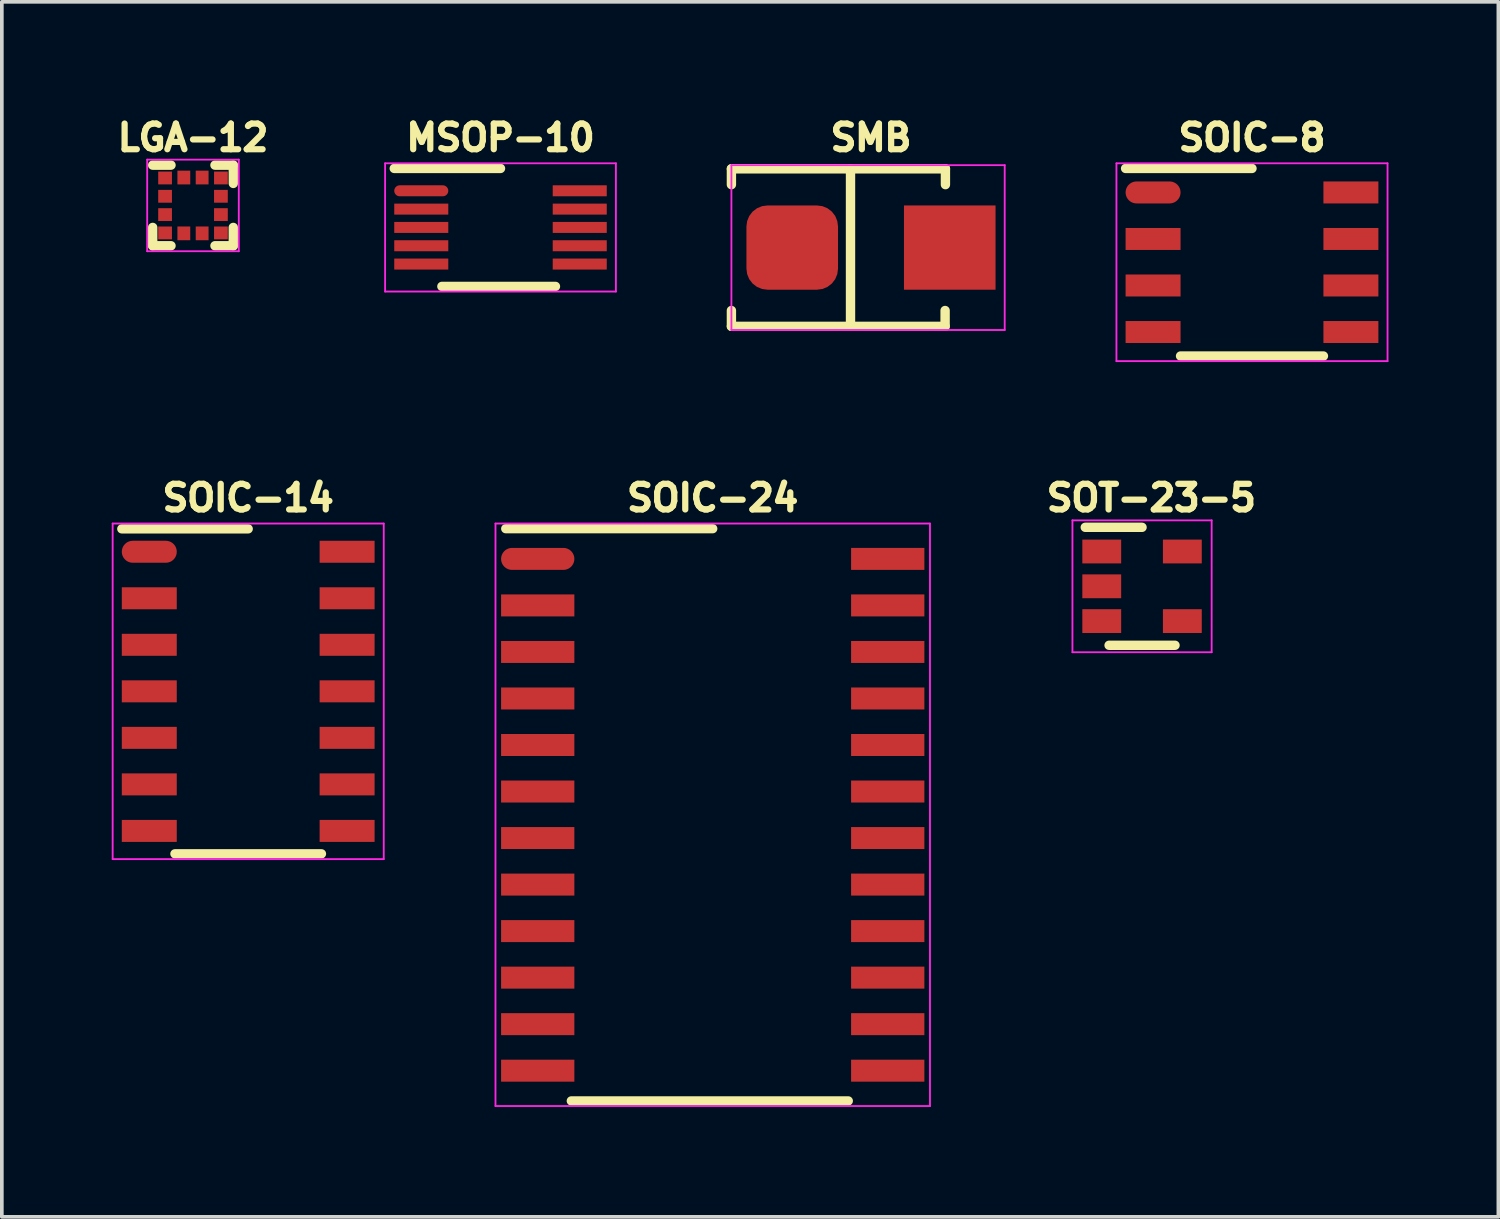
<source format=kicad_pcb>
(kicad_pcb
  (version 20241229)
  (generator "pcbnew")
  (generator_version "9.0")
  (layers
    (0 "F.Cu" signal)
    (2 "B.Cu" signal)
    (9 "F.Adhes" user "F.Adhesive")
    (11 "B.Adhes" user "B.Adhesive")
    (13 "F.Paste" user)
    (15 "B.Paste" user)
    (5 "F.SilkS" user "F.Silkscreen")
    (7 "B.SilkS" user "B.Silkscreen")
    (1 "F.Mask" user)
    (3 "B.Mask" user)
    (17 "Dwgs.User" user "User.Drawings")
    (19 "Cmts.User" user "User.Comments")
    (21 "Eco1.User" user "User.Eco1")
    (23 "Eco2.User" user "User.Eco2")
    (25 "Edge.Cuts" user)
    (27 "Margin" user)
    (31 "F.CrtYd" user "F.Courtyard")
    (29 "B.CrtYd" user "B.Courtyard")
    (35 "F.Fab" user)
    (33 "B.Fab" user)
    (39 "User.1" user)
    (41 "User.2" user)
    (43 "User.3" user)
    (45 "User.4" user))
  (footprint "SOT-23-5"
    (layer "F.Cu")
    (at 28.124 12.954)
    (property "Reference" "SOT-23-5" (at 0.254 -2.413 0) (layer "F.SilkS") (effects (font (size 0.7 0.7) (thickness 0.17))))
    (attr smd)
    (fp_line (start -0.9 1.61) (end 0.9 1.61) (stroke (width 0.256) (type solid)) (layer "F.SilkS"))
    (fp_line (start 0 -1.61) (end -1.55 -1.61) (stroke (width 0.256) (type solid)) (layer "F.SilkS"))
    (fp_line (start 0 -0.3) (end 0 0.3) (stroke (width 0.128) (type solid)) (layer "Eco1.User"))
    (fp_line (start 0.3 0) (end -0.3 0) (stroke (width 0.128) (type solid)) (layer "Eco1.User"))
    (fp_line (start -1.9 -1.8) (end 1.9 -1.8) (stroke (width 0.05) (type solid)) (layer "F.CrtYd"))
    (fp_line (start -1.9 1.8) (end -1.9 -1.8) (stroke (width 0.05) (type solid)) (layer "F.CrtYd"))
    (fp_line (start 1.9 -1.8) (end 1.9 1.8) (stroke (width 0.05) (type solid)) (layer "F.CrtYd"))
    (fp_line (start 1.9 1.8) (end -1.9 1.8) (stroke (width 0.05) (type solid)) (layer "F.CrtYd"))
    (pad "1" smd rect (at -1.1 -0.95) (size 1.06 0.65) (layers "F.Cu" "F.Mask" "F.Paste"))
    (pad "2" smd rect (at -1.1 0) (size 1.06 0.65) (layers "F.Cu" "F.Mask" "F.Paste"))
    (pad "3" smd rect (at -1.1 0.95) (size 1.06 0.65) (layers "F.Cu" "F.Mask" "F.Paste"))
    (pad "4" smd rect (at 1.1 0.95) (size 1.06 0.65) (layers "F.Cu" "F.Mask" "F.Paste"))
    (pad "5" smd rect (at 1.1 -0.95) (size 1.06 0.65) (layers "F.Cu" "F.Mask" "F.Paste")))
  (footprint "MSOP-10"
    (layer "F.Cu")
    (at 10.612 3.158)
    (property "Reference" "MSOP-10" (at 0 -2.45 0) (layer "F.SilkS") (effects (font (size 0.7 0.7) (thickness 0.17))))
    (attr smd)
    (fp_line (start -1.6 1.61) (end 1.5 1.61) (stroke (width 0.256) (type solid)) (layer "F.SilkS"))
    (fp_line (start 0 -1.61) (end -2.9 -1.61) (stroke (width 0.256) (type solid)) (layer "F.SilkS"))
    (fp_line (start 0 -0.3) (end 0 0.3) (stroke (width 0.128) (type solid)) (layer "Eco1.User"))
    (fp_line (start 0.3 0) (end -0.3 0) (stroke (width 0.128) (type solid)) (layer "Eco1.User"))
    (fp_line (start -3.15 -1.75) (end -3.15 1.75) (stroke (width 0.05) (type solid)) (layer "F.CrtYd"))
    (fp_line (start -3.15 1.75) (end 3.15 1.75) (stroke (width 0.05) (type solid)) (layer "F.CrtYd"))
    (fp_line (start 3.15 -1.75) (end -3.15 -1.75) (stroke (width 0.05) (type solid)) (layer "F.CrtYd"))
    (fp_line (start 3.15 1.75) (end 3.15 -1.75) (stroke (width 0.05) (type solid)) (layer "F.CrtYd"))
    (pad "1" smd oval (at -2.163 -1) (size 1.475 0.3) (layers "F.Cu" "F.Mask" "F.Paste"))
    (pad "2" smd rect (at -2.163 -0.5) (size 1.475 0.3) (layers "F.Cu" "F.Mask" "F.Paste"))
    (pad "3" smd rect (at -2.163 0) (size 1.475 0.3) (layers "F.Cu" "F.Mask" "F.Paste"))
    (pad "4" smd rect (at -2.163 0.5) (size 1.475 0.3) (layers "F.Cu" "F.Mask" "F.Paste"))
    (pad "5" smd rect (at -2.163 1) (size 1.475 0.3) (layers "F.Cu" "F.Mask" "F.Paste"))
    (pad "6" smd rect (at 2.163 1) (size 1.475 0.3) (layers "F.Cu" "F.Mask" "F.Paste"))
    (pad "7" smd rect (at 2.163 0.5) (size 1.475 0.3) (layers "F.Cu" "F.Mask" "F.Paste"))
    (pad "8" smd rect (at 2.163 0) (size 1.475 0.3) (layers "F.Cu" "F.Mask" "F.Paste"))
    (pad "9" smd rect (at 2.163 -0.5) (size 1.475 0.3) (layers "F.Cu" "F.Mask" "F.Paste"))
    (pad "10" smd rect (at 2.163 -1) (size 1.475 0.3) (layers "F.Cu" "F.Mask" "F.Paste")))
  (footprint "SOIC-24"
    (layer "F.Cu")
    (at 16.405 19.191)
    (property "Reference" "SOIC-24" (at 0 -8.65 0) (layer "F.SilkS") (effects (font (size 0.7 0.7) (thickness 0.17))))
    (attr smd)
    (fp_line (start 0 -7.81) (end -5.65 -7.81) (stroke (width 0.254) (type solid)) (layer "F.SilkS"))
    (fp_line (start 3.7 7.81) (end -3.86 7.81) (stroke (width 0.254) (type solid)) (layer "F.SilkS"))
    (fp_line (start 0 -0.3) (end 0 0.3) (stroke (width 0.128) (type solid)) (layer "Eco1.User"))
    (fp_line (start 0.3 0) (end -0.3 0) (stroke (width 0.128) (type solid)) (layer "Eco1.User"))
    (fp_line (start -5.93 -7.95) (end -5.93 7.95) (stroke (width 0.05) (type solid)) (layer "F.CrtYd"))
    (fp_line (start -5.93 7.95) (end 5.93 7.95) (stroke (width 0.05) (type solid)) (layer "F.CrtYd"))
    (fp_line (start 5.93 -7.95) (end -5.93 -7.95) (stroke (width 0.05) (type solid)) (layer "F.CrtYd"))
    (fp_line (start 5.93 7.95) (end 5.93 -7.95) (stroke (width 0.05) (type solid)) (layer "F.CrtYd"))
    (pad "1" smd oval (at -4.777 -6.985) (size 2 0.6) (layers "F.Cu" "F.Mask" "F.Paste"))
    (pad "2" smd rect (at -4.777 -5.715) (size 2 0.6) (layers "F.Cu" "F.Mask" "F.Paste"))
    (pad "3" smd rect (at -4.777 -4.445) (size 2 0.6) (layers "F.Cu" "F.Mask" "F.Paste"))
    (pad "4" smd rect (at -4.777 -3.175) (size 2 0.6) (layers "F.Cu" "F.Mask" "F.Paste"))
    (pad "5" smd rect (at -4.777 -1.905) (size 2 0.6) (layers "F.Cu" "F.Mask" "F.Paste"))
    (pad "6" smd rect (at -4.777 -0.635) (size 2 0.6) (layers "F.Cu" "F.Mask" "F.Paste"))
    (pad "7" smd rect (at -4.777 0.635) (size 2 0.6) (layers "F.Cu" "F.Mask" "F.Paste"))
    (pad "8" smd rect (at -4.777 1.905) (size 2 0.6) (layers "F.Cu" "F.Mask" "F.Paste"))
    (pad "9" smd rect (at -4.777 3.175) (size 2 0.6) (layers "F.Cu" "F.Mask" "F.Paste"))
    (pad "10" smd rect (at -4.777 4.445) (size 2 0.6) (layers "F.Cu" "F.Mask" "F.Paste"))
    (pad "11" smd rect (at -4.777 5.715) (size 2 0.6) (layers "F.Cu" "F.Mask" "F.Paste"))
    (pad "12" smd rect (at -4.777 6.985) (size 2 0.6) (layers "F.Cu" "F.Mask" "F.Paste"))
    (pad "13" smd rect (at 4.777 6.985) (size 2 0.6) (layers "F.Cu" "F.Mask" "F.Paste"))
    (pad "14" smd rect (at 4.777 5.715) (size 2 0.6) (layers "F.Cu" "F.Mask" "F.Paste"))
    (pad "15" smd rect (at 4.777 4.445) (size 2 0.6) (layers "F.Cu" "F.Mask" "F.Paste"))
    (pad "16" smd rect (at 4.777 3.175) (size 2 0.6) (layers "F.Cu" "F.Mask" "F.Paste"))
    (pad "17" smd rect (at 4.777 1.905) (size 2 0.6) (layers "F.Cu" "F.Mask" "F.Paste"))
    (pad "18" smd rect (at 4.777 0.635) (size 2 0.6) (layers "F.Cu" "F.Mask" "F.Paste"))
    (pad "19" smd rect (at 4.777 -0.635) (size 2 0.6) (layers "F.Cu" "F.Mask" "F.Paste"))
    (pad "20" smd rect (at 4.777 -1.905) (size 2 0.6) (layers "F.Cu" "F.Mask" "F.Paste"))
    (pad "21" smd rect (at 4.777 -3.175) (size 2 0.6) (layers "F.Cu" "F.Mask" "F.Paste"))
    (pad "22" smd rect (at 4.777 -4.445) (size 2 0.6) (layers "F.Cu" "F.Mask" "F.Paste"))
    (pad "23" smd rect (at 4.777 -5.715) (size 2 0.6) (layers "F.Cu" "F.Mask" "F.Paste"))
    (pad "24" smd rect (at 4.777 -6.985) (size 2 0.6) (layers "F.Cu" "F.Mask" "F.Paste")))
  (footprint "SMB"
    (layer "F.Cu")
    (at 20.725 3.708)
    (property "Reference" "SMB" (at 0 -3 0) (layer "F.SilkS") (effects (font (size 0.7 0.7) (thickness 0.17))))
    (attr smd)
    (fp_line (start -3.81 -2.15) (end -3.81 -1.718) (stroke (width 0.256) (type solid)) (layer "F.SilkS"))
    (fp_line (start -3.81 -2.15) (end 2.032 -2.15) (stroke (width 0.256) (type solid)) (layer "F.SilkS"))
    (fp_line (start -3.81 2.15) (end -3.81 1.718) (stroke (width 0.256) (type solid)) (layer "F.SilkS"))
    (fp_line (start -3.81 2.15) (end 2.023 2.15) (stroke (width 0.256) (type solid)) (layer "F.SilkS"))
    (fp_line (start -0.559 -2.15) (end -0.559 2.15) (stroke (width 0.256) (type solid)) (layer "F.SilkS"))
    (fp_line (start 2.023 1.718) (end 2.023 2.15) (stroke (width 0.256) (type solid)) (layer "F.SilkS"))
    (fp_line (start 2.032 -2.15) (end 2.032 -1.718) (stroke (width 0.256) (type solid)) (layer "F.SilkS"))
    (fp_line (start 0.004 -0.319) (end 0.004 0.281) (stroke (width 0.128) (type solid)) (layer "Eco1.User"))
    (fp_line (start 0.304 -0.019) (end -0.296 -0.019) (stroke (width 0.128) (type solid)) (layer "Eco1.User"))
    (fp_line (start -3.81 -2.25) (end 3.65 -2.25) (stroke (width 0.05) (type solid)) (layer "F.CrtYd"))
    (fp_line (start -3.81 2.25) (end -3.81 -2.25) (stroke (width 0.05) (type solid)) (layer "F.CrtYd"))
    (fp_line (start 3.65 -2.25) (end 3.65 2.25) (stroke (width 0.05) (type solid)) (layer "F.CrtYd"))
    (fp_line (start 3.65 2.25) (end -3.81 2.25) (stroke (width 0.05) (type solid)) (layer "F.CrtYd"))
    (pad "1" smd roundrect (at -2.15 0) (size 2.5 2.3) (layers "F.Cu" "F.Mask" "F.Paste") (roundrect_rratio 0.25))
    (pad "2" smd rect (at 2.15 0) (size 2.5 2.3) (layers "F.Cu" "F.Mask" "F.Paste")))
  (footprint "SOIC-8"
    (layer "F.Cu")
    (at 31.125 4.108)
    (property "Reference" "SOIC-8" (at 0 -3.4 0) (layer "F.SilkS") (effects (font (size 0.7 0.7) (thickness 0.17))))
    (attr smd)
    (fp_line (start 0 -2.56) (end -3.45 -2.56) (stroke (width 0.256) (type solid)) (layer "F.SilkS"))
    (fp_line (start 1.95 2.56) (end -1.95 2.56) (stroke (width 0.256) (type solid)) (layer "F.SilkS"))
    (fp_line (start 0 -0.3) (end 0 0.3) (stroke (width 0.128) (type solid)) (layer "Eco1.User"))
    (fp_line (start 0.3 0) (end -0.3 0) (stroke (width 0.128) (type solid)) (layer "Eco1.User"))
    (fp_line (start -3.7 -2.7) (end -3.7 2.7) (stroke (width 0.05) (type solid)) (layer "F.CrtYd"))
    (fp_line (start -3.7 2.7) (end 3.7 2.7) (stroke (width 0.05) (type solid)) (layer "F.CrtYd"))
    (fp_line (start 3.7 -2.7) (end -3.7 -2.7) (stroke (width 0.05) (type solid)) (layer "F.CrtYd"))
    (fp_line (start 3.7 2.7) (end 3.7 -2.7) (stroke (width 0.05) (type solid)) (layer "F.CrtYd"))
    (pad "1" smd oval (at -2.7 -1.905) (size 1.5 0.6) (layers "F.Cu" "F.Mask" "F.Paste"))
    (pad "2" smd rect (at -2.7 -0.635) (size 1.5 0.6) (layers "F.Cu" "F.Mask" "F.Paste"))
    (pad "3" smd rect (at -2.7 0.635) (size 1.5 0.6) (layers "F.Cu" "F.Mask" "F.Paste"))
    (pad "4" smd rect (at -2.7 1.905) (size 1.5 0.6) (layers "F.Cu" "F.Mask" "F.Paste"))
    (pad "5" smd rect (at 2.7 1.905) (size 1.5 0.6) (layers "F.Cu" "F.Mask" "F.Paste"))
    (pad "6" smd rect (at 2.7 0.635) (size 1.5 0.6) (layers "F.Cu" "F.Mask" "F.Paste"))
    (pad "7" smd rect (at 2.7 -0.635) (size 1.5 0.6) (layers "F.Cu" "F.Mask" "F.Paste"))
    (pad "8" smd rect (at 2.7 -1.905) (size 1.5 0.6) (layers "F.Cu" "F.Mask" "F.Paste")))
  (footprint "SOIC-14"
    (layer "F.Cu")
    (at 3.725 15.821)
    (property "Reference" "SOIC-14" (at 0 -5.28 0) (layer "F.SilkS") (effects (font (size 0.7 0.7) (thickness 0.17))))
    (attr smd)
    (fp_line (start 0 -4.435) (end -3.45 -4.435) (stroke (width 0.254) (type solid)) (layer "F.SilkS"))
    (fp_line (start 2 4.435) (end -2 4.435) (stroke (width 0.254) (type solid)) (layer "F.SilkS"))
    (fp_line (start 0 -0.3) (end 0 0.3) (stroke (width 0.128) (type solid)) (layer "Eco1.User"))
    (fp_line (start 0.3 0) (end -0.3 0) (stroke (width 0.128) (type solid)) (layer "Eco1.User"))
    (fp_line (start -3.7 -4.58) (end -3.7 4.58) (stroke (width 0.05) (type solid)) (layer "F.CrtYd"))
    (fp_line (start -3.7 4.58) (end 3.7 4.58) (stroke (width 0.05) (type solid)) (layer "F.CrtYd"))
    (fp_line (start 3.7 -4.58) (end -3.7 -4.58) (stroke (width 0.05) (type solid)) (layer "F.CrtYd"))
    (fp_line (start 3.7 4.58) (end 3.7 -4.58) (stroke (width 0.05) (type solid)) (layer "F.CrtYd"))
    (pad "1" smd oval (at -2.7 -3.81) (size 1.5 0.6) (layers "F.Cu" "F.Mask" "F.Paste"))
    (pad "2" smd rect (at -2.7 -2.54) (size 1.5 0.6) (layers "F.Cu" "F.Mask" "F.Paste"))
    (pad "3" smd rect (at -2.7 -1.27) (size 1.5 0.6) (layers "F.Cu" "F.Mask" "F.Paste"))
    (pad "4" smd rect (at -2.7 0) (size 1.5 0.6) (layers "F.Cu" "F.Mask" "F.Paste"))
    (pad "5" smd rect (at -2.7 1.27) (size 1.5 0.6) (layers "F.Cu" "F.Mask" "F.Paste"))
    (pad "6" smd rect (at -2.7 2.54) (size 1.5 0.6) (layers "F.Cu" "F.Mask" "F.Paste"))
    (pad "7" smd rect (at -2.7 3.81) (size 1.5 0.6) (layers "F.Cu" "F.Mask" "F.Paste"))
    (pad "8" smd rect (at 2.7 3.81) (size 1.5 0.6) (layers "F.Cu" "F.Mask" "F.Paste"))
    (pad "9" smd rect (at 2.7 2.54) (size 1.5 0.6) (layers "F.Cu" "F.Mask" "F.Paste"))
    (pad "10" smd rect (at 2.7 1.27) (size 1.5 0.6) (layers "F.Cu" "F.Mask" "F.Paste"))
    (pad "11" smd rect (at 2.7 0) (size 1.5 0.6) (layers "F.Cu" "F.Mask" "F.Paste"))
    (pad "12" smd rect (at 2.7 -1.27) (size 1.5 0.6) (layers "F.Cu" "F.Mask" "F.Paste"))
    (pad "13" smd rect (at 2.7 -2.54) (size 1.5 0.6) (layers "F.Cu" "F.Mask" "F.Paste"))
    (pad "14" smd rect (at 2.7 -3.81) (size 1.5 0.6) (layers "F.Cu" "F.Mask" "F.Paste")))
  (footprint "LGA-12"
    (layer "F.Cu")
    (at 2.218 2.558)
    (property "Reference" "LGA-12" (at 0 -1.85 0) (layer "F.SilkS") (effects (font (size 0.7 0.7) (thickness 0.17))))
    (attr smd)
    (fp_line (start -1.1 1.1) (end -1.1 0.6) (stroke (width 0.256) (type solid)) (layer "F.SilkS"))
    (fp_line (start -0.6 -1.1) (end -1.1 -1.1) (stroke (width 0.256) (type solid)) (layer "F.SilkS"))
    (fp_line (start -0.6 1.1) (end -1.1 1.1) (stroke (width 0.256) (type solid)) (layer "F.SilkS"))
    (fp_line (start 0.6 -1.1) (end 1.1 -1.1) (stroke (width 0.256) (type solid)) (layer "F.SilkS"))
    (fp_line (start 1.1 -1.1) (end 1.1 -0.6) (stroke (width 0.254) (type solid)) (layer "F.SilkS"))
    (fp_line (start 1.1 -0.6) (end 1.1 -0.6) (stroke (width 0.12) (type solid)) (layer "F.SilkS"))
    (fp_line (start 1.1 0.6) (end 1.1 1.1) (stroke (width 0.256) (type solid)) (layer "F.SilkS"))
    (fp_line (start 1.1 1.1) (end 0.6 1.1) (stroke (width 0.256) (type solid)) (layer "F.SilkS"))
    (fp_line (start 0 -0.3) (end 0 0.3) (stroke (width 0.128) (type solid)) (layer "Eco1.User"))
    (fp_line (start 0.3 0) (end -0.3 0) (stroke (width 0.128) (type solid)) (layer "Eco1.User"))
    (fp_line (start -1.25 -1.25) (end 1.25 -1.25) (stroke (width 0.05) (type solid)) (layer "F.CrtYd"))
    (fp_line (start -1.25 1.25) (end -1.25 -1.25) (stroke (width 0.05) (type solid)) (layer "F.CrtYd"))
    (fp_line (start 1.25 -1.25) (end 1.25 1.25) (stroke (width 0.05) (type solid)) (layer "F.CrtYd"))
    (fp_line (start 1.25 1.25) (end -1.25 1.25) (stroke (width 0.05) (type solid)) (layer "F.CrtYd"))
    (pad "1" smd rect (at -0.762 -0.75) (size 0.375 0.35) (layers "F.Cu" "F.Mask" "F.Paste"))
    (pad "2" smd rect (at -0.762 -0.25) (size 0.375 0.35) (layers "F.Cu" "F.Mask" "F.Paste"))
    (pad "3" smd rect (at -0.762 0.25) (size 0.375 0.35) (layers "F.Cu" "F.Mask" "F.Paste"))
    (pad "4" smd rect (at -0.762 0.75) (size 0.375 0.35) (layers "F.Cu" "F.Mask" "F.Paste"))
    (pad "5" smd rect (at -0.25 0.762 90) (size 0.375 0.35) (layers "F.Cu" "F.Mask" "F.Paste"))
    (pad "6" smd rect (at 0.25 0.762 90) (size 0.375 0.35) (layers "F.Cu" "F.Mask" "F.Paste"))
    (pad "7" smd rect (at 0.762 0.75) (size 0.375 0.35) (layers "F.Cu" "F.Mask" "F.Paste"))
    (pad "8" smd rect (at 0.762 0.25) (size 0.375 0.35) (layers "F.Cu" "F.Mask" "F.Paste"))
    (pad "9" smd rect (at 0.762 -0.25) (size 0.375 0.35) (layers "F.Cu" "F.Mask" "F.Paste"))
    (pad "10" smd rect (at 0.762 -0.75) (size 0.375 0.35) (layers "F.Cu" "F.Mask" "F.Paste"))
    (pad "11" smd rect (at 0.25 -0.762 90) (size 0.375 0.35) (layers "F.Cu" "F.Mask" "F.Paste"))
    (pad "12" smd rect (at -0.25 -0.762 90) (size 0.375 0.35) (layers "F.Cu" "F.Mask" "F.Paste")))
  (gr_rect
    (start -3 -3)
    (end 37.85 30.166)
    (stroke (width 0.1) (type default))
    (fill no)
    (layer "Edge.Cuts")))
</source>
